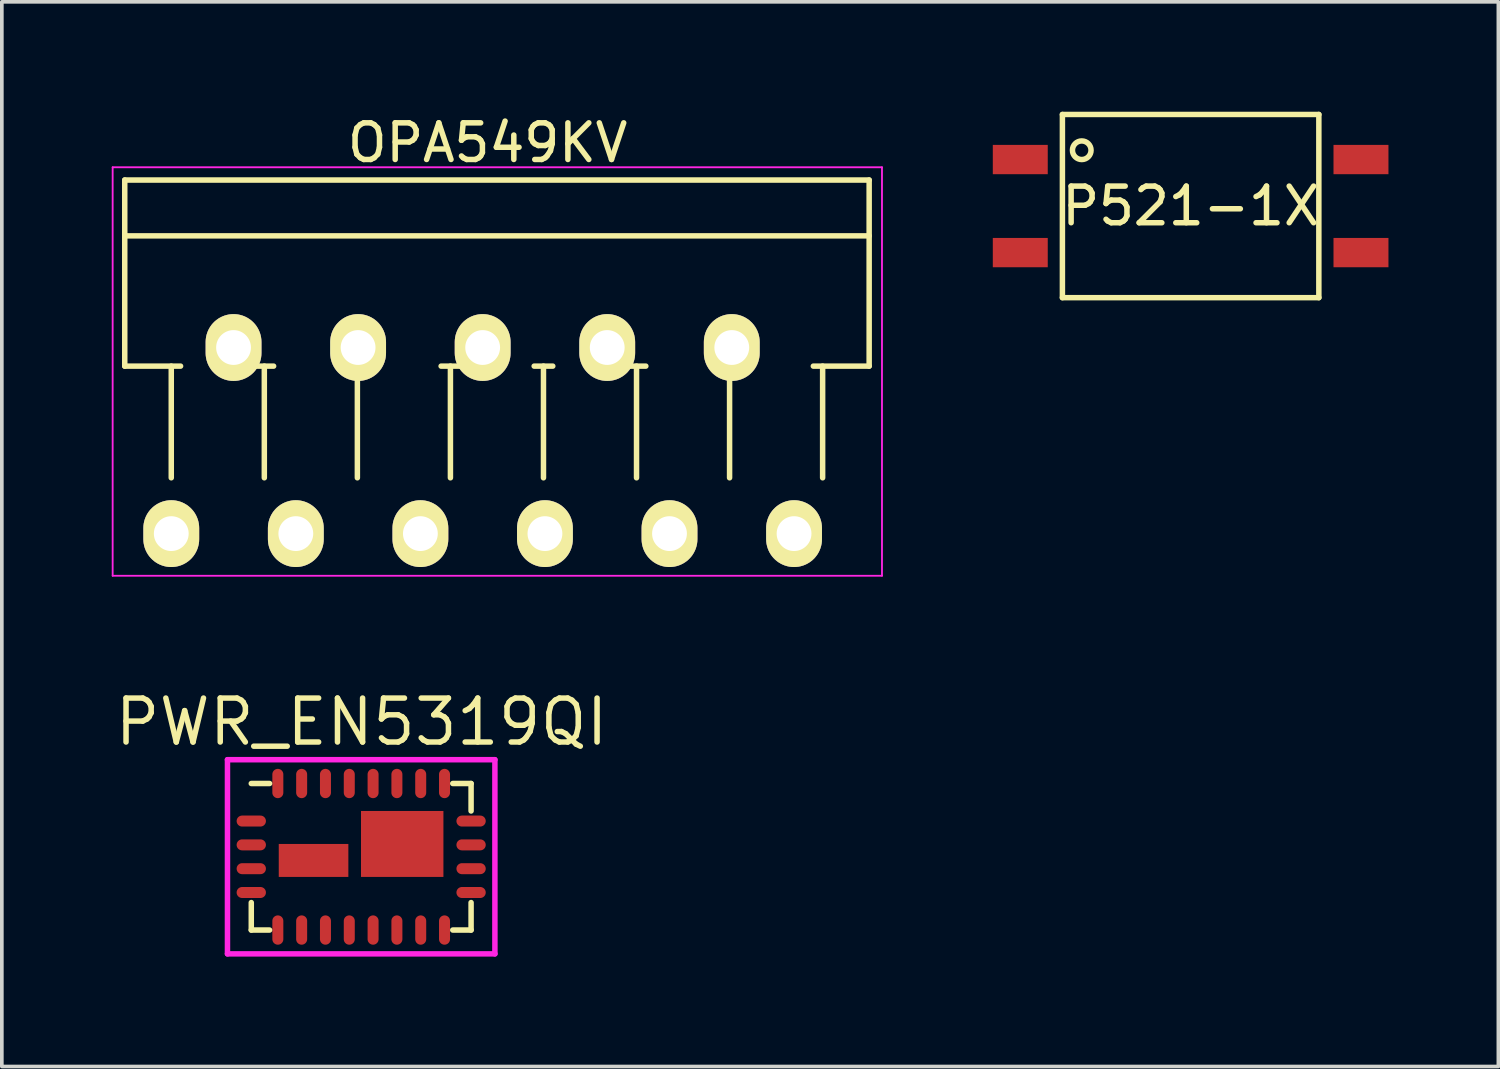
<source format=kicad_pcb>
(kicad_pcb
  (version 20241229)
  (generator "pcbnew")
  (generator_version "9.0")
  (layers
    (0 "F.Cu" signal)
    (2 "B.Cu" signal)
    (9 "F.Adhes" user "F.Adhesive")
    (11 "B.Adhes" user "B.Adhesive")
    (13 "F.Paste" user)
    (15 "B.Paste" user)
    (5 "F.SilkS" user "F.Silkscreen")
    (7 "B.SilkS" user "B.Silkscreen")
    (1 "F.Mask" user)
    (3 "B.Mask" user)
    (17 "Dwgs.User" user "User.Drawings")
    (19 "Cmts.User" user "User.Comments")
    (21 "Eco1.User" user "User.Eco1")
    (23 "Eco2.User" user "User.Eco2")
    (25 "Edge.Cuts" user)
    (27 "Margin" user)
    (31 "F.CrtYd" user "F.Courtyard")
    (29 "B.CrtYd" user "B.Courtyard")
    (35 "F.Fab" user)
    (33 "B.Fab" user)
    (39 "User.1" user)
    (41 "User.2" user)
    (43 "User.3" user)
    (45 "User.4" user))
  (footprint "P521-1X"
    (layer "F.Cu")
    (at 29.45 2.575)
    (property "Reference" "P521-1X" (at 0 0 0) (layer "F.SilkS") (effects (font (size 1 1) (thickness 0.15))))
    (attr through_hole)
    (fp_line (start -3.5 -2.5) (end -3.5 2.5) (stroke (width 0.15) (type solid)) (layer "F.SilkS"))
    (fp_line (start -3.5 -2.5) (end 3.5 -2.5) (stroke (width 0.15) (type solid)) (layer "F.SilkS"))
    (fp_line (start -3.5 2.5) (end 3.5 2.5) (stroke (width 0.15) (type solid)) (layer "F.SilkS"))
    (fp_line (start 3.5 -2.5) (end 3.5 2.5) (stroke (width 0.15) (type solid)) (layer "F.SilkS"))
    (fp_circle (center -2.972 -1.524) (end -2.972 -1.778) (stroke (width 0.15) (type solid)) (fill no) (layer "F.SilkS"))
    (pad "1" smd rect (at -4.65 -1.27) (size 1.5 0.8) (layers "F.Cu" "F.Mask" "F.Paste"))
    (pad "2" smd rect (at -4.65 1.27) (size 1.5 0.8) (layers "F.Cu" "F.Mask" "F.Paste"))
    (pad "3" smd rect (at 4.65 1.27) (size 1.5 0.8) (layers "F.Cu" "F.Mask" "F.Paste"))
    (pad "4" smd rect (at 4.65 -1.27) (size 1.5 0.8) (layers "F.Cu" "F.Mask" "F.Paste")))
  (footprint "OPA549KV"
    (layer "F.Cu")
    (at 1.625 11.516)
    (property "Reference" "OPA549KV" (at 8.636 -10.668 0) (layer "F.SilkS") (effects (font (size 1 1) (thickness 0.15))))
    (attr through_hole)
    (fp_line (start -1.27 -9.652) (end -1.27 -4.572) (stroke (width 0.15) (type solid)) (layer "F.SilkS"))
    (fp_line (start -1.27 -9.652) (end 19.05 -9.652) (stroke (width 0.15) (type solid)) (layer "F.SilkS"))
    (fp_line (start -1.27 -4.572) (end 0.254 -4.572) (stroke (width 0.15) (type solid)) (layer "F.SilkS"))
    (fp_line (start 0 -1.524) (end 0 -4.572) (stroke (width 0.15) (type solid)) (layer "F.SilkS"))
    (fp_line (start 2.54 -1.524) (end 2.54 -4.572) (stroke (width 0.15) (type solid)) (layer "F.SilkS"))
    (fp_line (start 2.794 -4.572) (end 2.286 -4.572) (stroke (width 0.15) (type solid)) (layer "F.SilkS"))
    (fp_line (start 5.08 -1.524) (end 5.08 -4.572) (stroke (width 0.15) (type solid)) (layer "F.SilkS"))
    (fp_line (start 5.334 -4.572) (end 4.826 -4.572) (stroke (width 0.15) (type solid)) (layer "F.SilkS"))
    (fp_line (start 7.62 -1.524) (end 7.62 -4.572) (stroke (width 0.15) (type solid)) (layer "F.SilkS"))
    (fp_line (start 7.874 -4.572) (end 7.366 -4.572) (stroke (width 0.15) (type solid)) (layer "F.SilkS"))
    (fp_line (start 10.16 -1.524) (end 10.16 -4.572) (stroke (width 0.15) (type solid)) (layer "F.SilkS"))
    (fp_line (start 10.414 -4.572) (end 9.906 -4.572) (stroke (width 0.15) (type solid)) (layer "F.SilkS"))
    (fp_line (start 12.7 -1.524) (end 12.7 -4.572) (stroke (width 0.15) (type solid)) (layer "F.SilkS"))
    (fp_line (start 12.954 -4.572) (end 12.446 -4.572) (stroke (width 0.15) (type solid)) (layer "F.SilkS"))
    (fp_line (start 15.24 -1.524) (end 15.24 -4.572) (stroke (width 0.15) (type solid)) (layer "F.SilkS"))
    (fp_line (start 15.494 -4.572) (end 14.986 -4.572) (stroke (width 0.15) (type solid)) (layer "F.SilkS"))
    (fp_line (start 17.78 -1.524) (end 17.78 -4.572) (stroke (width 0.15) (type solid)) (layer "F.SilkS"))
    (fp_line (start 19.05 -9.652) (end 19.05 -4.572) (stroke (width 0.15) (type solid)) (layer "F.SilkS"))
    (fp_line (start 19.05 -8.128) (end -1.27 -8.128) (stroke (width 0.15) (type solid)) (layer "F.SilkS"))
    (fp_line (start 19.05 -4.572) (end 17.526 -4.572) (stroke (width 0.15) (type solid)) (layer "F.SilkS"))
    (fp_line (start -1.6 -10) (end 19.4 -10) (stroke (width 0.05) (type solid)) (layer "F.CrtYd"))
    (fp_line (start -1.6 1.15) (end -1.6 -10) (stroke (width 0.05) (type solid)) (layer "F.CrtYd"))
    (fp_line (start 19.4 -10) (end 19.4 1.15) (stroke (width 0.05) (type solid)) (layer "F.CrtYd"))
    (fp_line (start 19.4 1.15) (end -1.6 1.15) (stroke (width 0.05) (type solid)) (layer "F.CrtYd"))
    (pad "1" thru_hole oval (at 0 0) (size 1.524 1.824) (drill 0.95) (layers "*.Cu" "*.Mask" "F.SilkS"))
    (pad "2" thru_hole oval (at 1.7 -5.08) (size 1.524 1.824) (drill 0.95) (layers "*.Cu" "*.Mask" "F.SilkS"))
    (pad "3" thru_hole oval (at 3.4 0) (size 1.524 1.824) (drill 0.95) (layers "*.Cu" "*.Mask" "F.SilkS"))
    (pad "4" thru_hole oval (at 5.1 -5.08) (size 1.524 1.824) (drill 0.95) (layers "*.Cu" "*.Mask" "F.SilkS"))
    (pad "5" thru_hole oval (at 6.8 0) (size 1.524 1.824) (drill 0.95) (layers "*.Cu" "*.Mask" "F.SilkS"))
    (pad "6" thru_hole oval (at 8.5 -5.08) (size 1.524 1.824) (drill 0.95) (layers "*.Cu" "*.Mask" "F.SilkS"))
    (pad "7" thru_hole oval (at 10.2 0) (size 1.524 1.824) (drill 0.95) (layers "*.Cu" "*.Mask" "F.SilkS"))
    (pad "8" thru_hole oval (at 11.9 -5.08) (size 1.524 1.824) (drill 0.95) (layers "*.Cu" "*.Mask" "F.SilkS"))
    (pad "9" thru_hole oval (at 13.6 0) (size 1.524 1.824) (drill 0.95) (layers "*.Cu" "*.Mask" "F.SilkS"))
    (pad "10" thru_hole oval (at 15.3 -5.08) (size 1.524 1.824) (drill 0.95) (layers "*.Cu" "*.Mask" "F.SilkS"))
    (pad "11" thru_hole oval (at 17 0) (size 1.524 1.824) (drill 0.95) (layers "*.Cu" "*.Mask" "F.SilkS")))
  (footprint "PWR_EN5319QI"
    (layer "F.Cu")
    (at 6.809 20.337)
    (property "Reference" "PWR_EN5319QI" (at 0.01 -3.68 0) (layer "F.SilkS") (effects (font (size 1.2 1.2) (thickness 0.15))))
    (attr through_hole)
    (fp_line (start -3 -2) (end -2.5 -2) (stroke (width 0.15) (type solid)) (layer "F.SilkS"))
    (fp_line (start -3 1.25) (end -3 2) (stroke (width 0.15) (type solid)) (layer "F.SilkS"))
    (fp_line (start -3 2) (end -2.5 2) (stroke (width 0.15) (type solid)) (layer "F.SilkS"))
    (fp_line (start 2.5 -2) (end 3 -2) (stroke (width 0.15) (type solid)) (layer "F.SilkS"))
    (fp_line (start 2.5 2) (end 3 2) (stroke (width 0.15) (type solid)) (layer "F.SilkS"))
    (fp_line (start 3 -2) (end 3 -1.25) (stroke (width 0.15) (type solid)) (layer "F.SilkS"))
    (fp_line (start 3 1.25) (end 3 2) (stroke (width 0.15) (type solid)) (layer "F.SilkS"))
    (fp_line (start -3.65 -2.65) (end 3.65 -2.65) (stroke (width 0.15) (type solid)) (layer "F.CrtYd"))
    (fp_line (start -3.65 2.65) (end -3.65 -2.65) (stroke (width 0.15) (type solid)) (layer "F.CrtYd"))
    (fp_line (start 3.65 -2.65) (end 3.65 2.65) (stroke (width 0.15) (type solid)) (layer "F.CrtYd"))
    (fp_line (start 3.65 2.65) (end -3.65 2.65) (stroke (width 0.15) (type solid)) (layer "F.CrtYd"))
    (pad "1" smd oval (at -3 -0.975 90) (size 0.3 0.8) (layers "F.Cu" "F.Mask" "F.Paste"))
    (pad "2" smd oval (at -3 -0.325 90) (size 0.3 0.8) (layers "F.Cu" "F.Mask" "F.Paste"))
    (pad "3" smd oval (at -3 0.325 90) (size 0.3 0.8) (layers "F.Cu" "F.Mask" "F.Paste"))
    (pad "4" smd oval (at -3 0.975 90) (size 0.3 0.8) (layers "F.Cu" "F.Mask" "F.Paste"))
    (pad "5" smd oval (at -2.275 2) (size 0.3 0.8) (layers "F.Cu" "F.Mask" "F.Paste"))
    (pad "6" smd oval (at -1.625 2) (size 0.3 0.8) (layers "F.Cu" "F.Mask" "F.Paste"))
    (pad "7" smd oval (at -0.975 2) (size 0.3 0.8) (layers "F.Cu" "F.Mask" "F.Paste"))
    (pad "8" smd oval (at -0.325 2) (size 0.3 0.8) (layers "F.Cu" "F.Mask" "F.Paste"))
    (pad "9" smd oval (at 0.325 2) (size 0.3 0.8) (layers "F.Cu" "F.Mask" "F.Paste"))
    (pad "10" smd oval (at 0.975 2) (size 0.3 0.8) (layers "F.Cu" "F.Mask" "F.Paste"))
    (pad "11" smd oval (at 1.625 2) (size 0.3 0.8) (layers "F.Cu" "F.Mask" "F.Paste"))
    (pad "12" smd oval (at 2.275 2) (size 0.3 0.8) (layers "F.Cu" "F.Mask" "F.Paste"))
    (pad "13" smd oval (at 3 0.975 90) (size 0.3 0.8) (layers "F.Cu" "F.Mask" "F.Paste"))
    (pad "14" smd oval (at 3 0.325 90) (size 0.3 0.8) (layers "F.Cu" "F.Mask" "F.Paste"))
    (pad "15" smd oval (at 3 -0.325 90) (size 0.3 0.8) (layers "F.Cu" "F.Mask" "F.Paste"))
    (pad "16" smd oval (at 3 -0.975 90) (size 0.3 0.8) (layers "F.Cu" "F.Mask" "F.Paste"))
    (pad "17" smd oval (at 2.275 -2) (size 0.3 0.8) (layers "F.Cu" "F.Mask" "F.Paste"))
    (pad "18" smd oval (at 1.625 -2) (size 0.3 0.8) (layers "F.Cu" "F.Mask" "F.Paste"))
    (pad "19" smd oval (at 0.975 -2) (size 0.3 0.8) (layers "F.Cu" "F.Mask" "F.Paste"))
    (pad "20" smd oval (at 0.325 -2) (size 0.3 0.8) (layers "F.Cu" "F.Mask" "F.Paste"))
    (pad "21" smd oval (at -0.325 -2) (size 0.3 0.8) (layers "F.Cu" "F.Mask" "F.Paste"))
    (pad "22" smd oval (at -0.975 -2) (size 0.3 0.8) (layers "F.Cu" "F.Mask" "F.Paste"))
    (pad "23" smd oval (at -1.625 -2) (size 0.3 0.8) (layers "F.Cu" "F.Mask" "F.Paste"))
    (pad "24" smd oval (at -2.275 -2) (size 0.3 0.8) (layers "F.Cu" "F.Mask" "F.Paste"))
    (pad "25" smd rect (at -1.3 0.1) (size 1.9 0.9) (layers "F.Cu" "F.Mask" "F.Paste"))
    (pad "26" smd rect (at 1.12 -0.35) (size 2.25 1.8) (layers "F.Cu" "F.Mask" "F.Paste")))
  (gr_rect
    (start -3 -3)
    (end 37.85 26.061)
    (stroke (width 0.1) (type default))
    (fill no)
    (layer "Edge.Cuts")))
</source>
